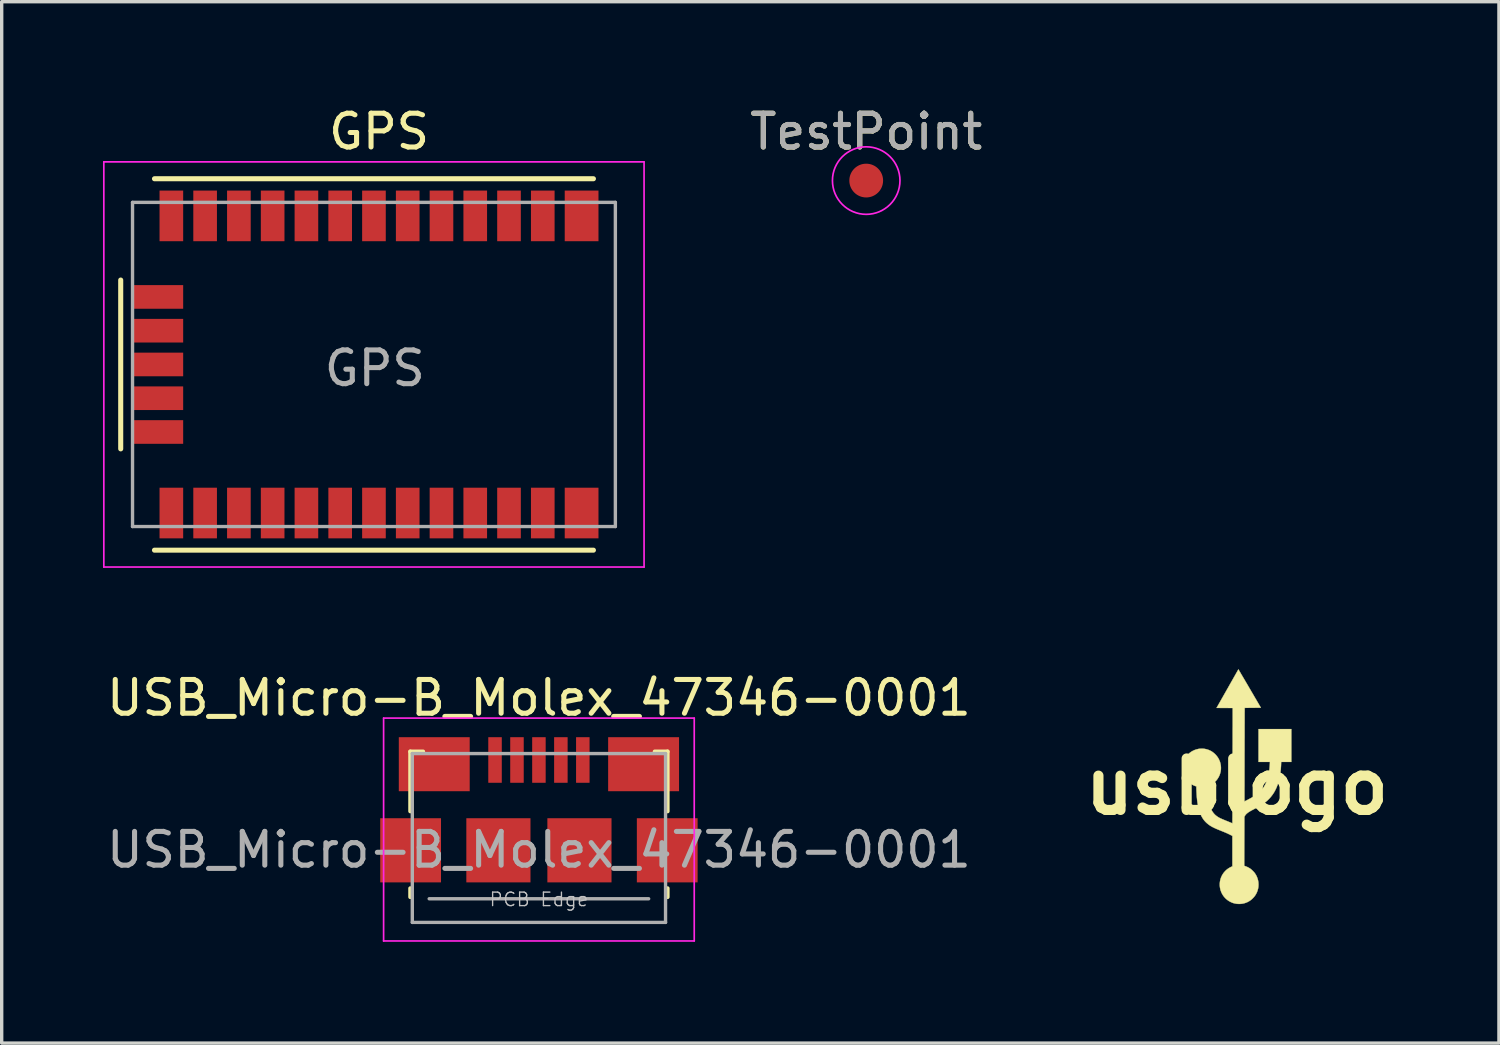
<source format=kicad_pcb>
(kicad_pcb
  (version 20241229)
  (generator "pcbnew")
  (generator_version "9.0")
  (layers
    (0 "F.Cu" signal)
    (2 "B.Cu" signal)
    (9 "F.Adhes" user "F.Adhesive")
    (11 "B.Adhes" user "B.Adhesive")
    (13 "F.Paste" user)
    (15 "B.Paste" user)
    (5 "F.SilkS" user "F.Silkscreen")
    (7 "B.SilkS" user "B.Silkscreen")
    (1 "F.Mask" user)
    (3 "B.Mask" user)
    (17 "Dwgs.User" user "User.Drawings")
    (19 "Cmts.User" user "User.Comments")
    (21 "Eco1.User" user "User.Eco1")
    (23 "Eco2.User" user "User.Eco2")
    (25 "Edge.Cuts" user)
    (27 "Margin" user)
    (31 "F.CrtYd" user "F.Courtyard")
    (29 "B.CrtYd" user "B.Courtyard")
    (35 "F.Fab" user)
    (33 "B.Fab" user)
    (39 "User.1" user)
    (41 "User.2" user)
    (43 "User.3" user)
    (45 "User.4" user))
  (footprint "USB_Micro-B_Molex_47346-0001"
    (layer "F.Cu")
    (at 12.911 20.918)
    (property "Reference" "USB_Micro-B_Molex_47346-0001" (at 0 -3.3 180) (layer "F.SilkS") (effects (font (size 1 1) (thickness 0.15))))
    (attr smd)
    (fp_line (start -3.81 -1.71) (end -3.43 -1.71) (stroke (width 0.12) (type solid)) (layer "F.SilkS"))
    (fp_line (start -3.81 0.06) (end -3.81 -1.71) (stroke (width 0.12) (type solid)) (layer "F.SilkS"))
    (fp_line (start -3.81 2.6) (end -3.81 2.34) (stroke (width 0.12) (type solid)) (layer "F.SilkS"))
    (fp_line (start 3.81 -1.71) (end 3.43 -1.71) (stroke (width 0.12) (type solid)) (layer "F.SilkS"))
    (fp_line (start 3.81 -1.71) (end 3.81 0.06) (stroke (width 0.12) (type solid)) (layer "F.SilkS"))
    (fp_line (start 3.81 2.34) (end 3.81 2.6) (stroke (width 0.12) (type solid)) (layer "F.SilkS"))
    (fp_line (start -4.6 -2.7) (end 4.6 -2.7) (stroke (width 0.05) (type solid)) (layer "F.CrtYd"))
    (fp_line (start -4.6 3.9) (end -4.6 -2.7) (stroke (width 0.05) (type solid)) (layer "F.CrtYd"))
    (fp_line (start 4.6 -2.7) (end 4.6 3.9) (stroke (width 0.05) (type solid)) (layer "F.CrtYd"))
    (fp_line (start 4.6 3.9) (end -4.6 3.9) (stroke (width 0.05) (type solid)) (layer "F.CrtYd"))
    (fp_line (start -3.75 -1.65) (end 3.75 -1.65) (stroke (width 0.1) (type solid)) (layer "F.Fab"))
    (fp_line (start -3.75 3.35) (end -3.75 -1.65) (stroke (width 0.1) (type solid)) (layer "F.Fab"))
    (fp_line (start -3.25 2.65) (end 3.25 2.65) (stroke (width 0.1) (type solid)) (layer "F.Fab"))
    (fp_line (start 3.75 -1.65) (end 3.75 3.35) (stroke (width 0.1) (type solid)) (layer "F.Fab"))
    (fp_line (start 3.75 3.35) (end -3.75 3.35) (stroke (width 0.1) (type solid)) (layer "F.Fab"))
    (fp_text user "PCB Edge" (at 0 2.67 180) (layer "Dwgs.User") (effects (font (size 0.4 0.4) (thickness 0.04))))
    (fp_text user "${REFERENCE}" (at 0 1.2 0) (layer "F.Fab") (effects (font (size 1 1) (thickness 0.15))))
    (pad "1" smd rect (at -1.3 -1.46) (size 0.4 1.35) (layers "F.Cu" "F.Mask" "F.Paste"))
    (pad "2" smd rect (at -0.65 -1.46) (size 0.4 1.35) (layers "F.Cu" "F.Mask" "F.Paste"))
    (pad "3" smd rect (at 0 -1.46) (size 0.4 1.35) (layers "F.Cu" "F.Mask" "F.Paste"))
    (pad "4" smd rect (at 0.65 -1.46) (size 0.4 1.35) (layers "F.Cu" "F.Mask" "F.Paste"))
    (pad "5" smd rect (at 1.3 -1.46) (size 0.4 1.35) (layers "F.Cu" "F.Mask" "F.Paste"))
    (pad "6" smd rect (at -3.8 1.215) (size 1.8 1.9) (layers "F.Cu" "F.Mask" "F.Paste"))
    (pad "6" smd rect (at -3.1 -1.335) (size 2.1 1.6) (layers "F.Cu" "F.Mask" "F.Paste"))
    (pad "6" smd rect (at -1.2 1.215) (size 1.9 1.9) (layers "F.Cu" "F.Mask" "F.Paste"))
    (pad "6" smd rect (at 1.2 1.215) (size 1.9 1.9) (layers "F.Cu" "F.Mask" "F.Paste"))
    (pad "6" smd rect (at 3.1 -1.335) (size 2.1 1.6) (layers "F.Cu" "F.Mask" "F.Paste"))
    (pad "6" smd rect (at 3.8 1.215) (size 1.8 1.9) (layers "F.Cu" "F.Mask" "F.Paste")))
  (footprint "GPS"
    (layer "F.Cu")
    (at 8.025 7.744)
    (property "Reference" "GPS" (at 0.152 -6.896 0) (layer "F.SilkS") (effects (font (size 1 1) (thickness 0.15))))
    (attr smd)
    (fp_line (start -7.5 -2.5) (end -7.5 2.5) (stroke (width 0.15) (type solid)) (layer "F.SilkS"))
    (fp_line (start -6.5 -5.5) (end 6.5 -5.5) (stroke (width 0.15) (type solid)) (layer "F.SilkS"))
    (fp_line (start -6.5 5.5) (end 6.5 5.5) (stroke (width 0.15) (type solid)) (layer "F.SilkS"))
    (fp_line (start -8 -6) (end -8 6) (stroke (width 0.05) (type solid)) (layer "F.CrtYd"))
    (fp_line (start -8 -6) (end 8 -6) (stroke (width 0.05) (type solid)) (layer "F.CrtYd"))
    (fp_line (start -8 6) (end 8 6) (stroke (width 0.05) (type solid)) (layer "F.CrtYd"))
    (fp_line (start 8 -6) (end 8 6) (stroke (width 0.05) (type solid)) (layer "F.CrtYd"))
    (fp_line (start -7.15 4.8) (end -7.15 -4.8) (stroke (width 0.1) (type solid)) (layer "F.Fab"))
    (fp_line (start -7.15 4.8) (end 7.15 4.8) (stroke (width 0.1) (type solid)) (layer "F.Fab"))
    (fp_line (start 7.15 -4.8) (end -7.15 -4.8) (stroke (width 0.1) (type solid)) (layer "F.Fab"))
    (fp_line (start 7.15 4.8) (end 7.15 -4.8) (stroke (width 0.1) (type solid)) (layer "F.Fab"))
    (fp_text user "${REFERENCE}" (at 0.025 0.114 180) (layer "F.Fab") (effects (font (size 1 1) (thickness 0.15))))
    (pad "1" smd rect (at -6 4.4) (size 0.7 1.5) (layers "F.Cu" "F.Mask" "F.Paste"))
    (pad "2" smd rect (at -5 4.4) (size 0.7 1.5) (layers "F.Cu" "F.Mask" "F.Paste"))
    (pad "3" smd rect (at -4 4.4) (size 0.7 1.5) (layers "F.Cu" "F.Mask" "F.Paste"))
    (pad "4" smd rect (at -3 4.4) (size 0.7 1.5) (layers "F.Cu" "F.Mask" "F.Paste"))
    (pad "5" smd rect (at -2 4.4) (size 0.7 1.5) (layers "F.Cu" "F.Mask" "F.Paste"))
    (pad "6" smd rect (at -1 4.4) (size 0.7 1.5) (layers "F.Cu" "F.Mask" "F.Paste"))
    (pad "7" smd rect (at 0 4.4) (size 0.7 1.5) (layers "F.Cu" "F.Mask" "F.Paste"))
    (pad "8" smd rect (at 1 4.4) (size 0.7 1.5) (layers "F.Cu" "F.Mask" "F.Paste"))
    (pad "9" smd rect (at 2 4.4) (size 0.7 1.5) (layers "F.Cu" "F.Mask" "F.Paste"))
    (pad "10" smd rect (at 3 4.4) (size 0.7 1.5) (layers "F.Cu" "F.Mask" "F.Paste"))
    (pad "11" smd rect (at 4 4.4) (size 0.7 1.5) (layers "F.Cu" "F.Mask" "F.Paste"))
    (pad "12" smd rect (at 5 4.4) (size 0.7 1.5) (layers "F.Cu" "F.Mask" "F.Paste"))
    (pad "13" smd rect (at 6.15 4.4) (size 1 1.5) (layers "F.Cu" "F.Mask" "F.Paste"))
    (pad "14" smd rect (at 6.15 -4.4) (size 1 1.5) (layers "F.Cu" "F.Mask" "F.Paste"))
    (pad "15" smd rect (at 5 -4.4) (size 0.7 1.5) (layers "F.Cu" "F.Mask" "F.Paste"))
    (pad "16" smd rect (at 4 -4.4) (size 0.7 1.5) (layers "F.Cu" "F.Mask" "F.Paste"))
    (pad "17" smd rect (at 3 -4.4) (size 0.7 1.5) (layers "F.Cu" "F.Mask" "F.Paste"))
    (pad "18" smd rect (at 2 -4.4) (size 0.7 1.5) (layers "F.Cu" "F.Mask" "F.Paste"))
    (pad "19" smd rect (at 1 -4.4) (size 0.7 1.5) (layers "F.Cu" "F.Mask" "F.Paste"))
    (pad "20" smd rect (at 0 -4.4) (size 0.7 1.5) (layers "F.Cu" "F.Mask" "F.Paste"))
    (pad "21" smd rect (at -1 -4.4) (size 0.7 1.5) (layers "F.Cu" "F.Mask" "F.Paste"))
    (pad "22" smd rect (at -2 -4.4) (size 0.7 1.5) (layers "F.Cu" "F.Mask" "F.Paste"))
    (pad "23" smd rect (at -3 -4.4) (size 0.7 1.5) (layers "F.Cu" "F.Mask" "F.Paste"))
    (pad "24" smd rect (at -4 -4.4) (size 0.7 1.5) (layers "F.Cu" "F.Mask" "F.Paste"))
    (pad "25" smd rect (at -5 -4.4) (size 0.7 1.5) (layers "F.Cu" "F.Mask" "F.Paste"))
    (pad "26" smd rect (at -6 -4.4) (size 0.7 1.5) (layers "F.Cu" "F.Mask" "F.Paste"))
    (pad "27" smd rect (at -6.4 -2) (size 1.5 0.7) (layers "F.Cu" "F.Mask" "F.Paste"))
    (pad "28" smd rect (at -6.4 -1) (size 1.5 0.7) (layers "F.Cu" "F.Mask" "F.Paste"))
    (pad "29" smd rect (at -6.4 0) (size 1.5 0.7) (layers "F.Cu" "F.Mask" "F.Paste"))
    (pad "30" smd rect (at -6.4 1) (size 1.5 0.7) (layers "F.Cu" "F.Mask" "F.Paste"))
    (pad "31" smd rect (at -6.4 2) (size 1.5 0.7) (layers "F.Cu" "F.Mask" "F.Paste")))
  (footprint "usblogo"
    (layer "F.Cu")
    (at 33.582 20.248)
    (property "Reference" "usblogo" (at 0 0 0) (layer "F.SilkS") (effects (font (size 1.524 1.524) (thickness 0.3))))
    (attr through_hole)
    (fp_poly (pts (xy 0.054 -3.459) (xy 0.057 -3.454) (xy 0.062 -3.445) (xy 0.071 -3.431) (xy 0.082 -3.411) (xy 0.096 -3.388) (xy 0.112 -3.36) (xy 0.13 -3.329) (xy 0.151 -3.294) (xy 0.173 -3.255) (xy 0.198 -3.214) (xy 0.224 -3.17) (xy 0.251 -3.123) (xy 0.28 -3.074) (xy 0.31 -3.023) (xy 0.341 -2.97) (xy 0.372 -2.916) (xy 0.387 -2.891) (xy 0.71 -2.338) (xy 0.471 -2.336) (xy 0.432 -2.336) (xy 0.396 -2.335) (xy 0.361 -2.335) (xy 0.33 -2.334) (xy 0.302 -2.334) (xy 0.278 -2.334) (xy 0.258 -2.333) (xy 0.243 -2.333) (xy 0.234 -2.333) (xy 0.23 -2.333) (xy 0.23 -2.333) (xy 0.23 -2.33) (xy 0.23 -2.32) (xy 0.23 -2.305) (xy 0.23 -2.284) (xy 0.23 -2.258) (xy 0.23 -2.227) (xy 0.229 -2.191) (xy 0.229 -2.15) (xy 0.229 -2.105) (xy 0.229 -2.056) (xy 0.229 -2.003) (xy 0.229 -1.946) (xy 0.229 -1.886) (xy 0.228 -1.823) (xy 0.228 -1.757) (xy 0.228 -1.688) (xy 0.228 -1.617) (xy 0.228 -1.544) (xy 0.228 -1.469) (xy 0.227 -1.393) (xy 0.227 -1.314) (xy 0.227 -1.235) (xy 0.227 -1.155) (xy 0.227 -1.075) (xy 0.226 -0.993) (xy 0.226 -0.912) (xy 0.226 -0.831) (xy 0.226 -0.75) (xy 0.226 -0.67) (xy 0.226 -0.591) (xy 0.225 -0.513) (xy 0.225 -0.436) (xy 0.225 -0.361) (xy 0.225 -0.287) (xy 0.225 -0.216) (xy 0.225 -0.147) (xy 0.225 -0.08) (xy 0.225 -0.017) (xy 0.224 0.044) (xy 0.224 0.101) (xy 0.224 0.154) (xy 0.224 0.204) (xy 0.224 0.249) (xy 0.224 0.291) (xy 0.224 0.327) (xy 0.224 0.359) (xy 0.224 0.386) (xy 0.224 0.408) (xy 0.224 0.424) (xy 0.224 0.434) (xy 0.224 0.438) (xy 0.224 0.438) (xy 0.227 0.437) (xy 0.235 0.433) (xy 0.247 0.427) (xy 0.263 0.418) (xy 0.282 0.409) (xy 0.304 0.398) (xy 0.327 0.385) (xy 0.351 0.373) (xy 0.376 0.359) (xy 0.401 0.346) (xy 0.414 0.339) (xy 0.477 0.304) (xy 0.533 0.269) (xy 0.584 0.234) (xy 0.63 0.198) (xy 0.671 0.161) (xy 0.697 0.136) (xy 0.741 0.086) (xy 0.782 0.032) (xy 0.818 -0.026) (xy 0.851 -0.087) (xy 0.879 -0.153) (xy 0.904 -0.223) (xy 0.926 -0.297) (xy 0.943 -0.377) (xy 0.957 -0.461) (xy 0.968 -0.549) (xy 0.975 -0.643) (xy 0.977 -0.68) (xy 0.979 -0.733) (xy 0.641 -0.733) (xy 0.641 -1.705) (xy 1.613 -1.705) (xy 1.613 -0.733) (xy 1.311 -0.733) (xy 1.311 -0.718) (xy 1.311 -0.705) (xy 1.31 -0.686) (xy 1.309 -0.663) (xy 1.308 -0.638) (xy 1.307 -0.612) (xy 1.305 -0.585) (xy 1.303 -0.56) (xy 1.302 -0.536) (xy 1.3 -0.517) (xy 1.3 -0.516) (xy 1.289 -0.413) (xy 1.273 -0.315) (xy 1.254 -0.222) (xy 1.231 -0.134) (xy 1.204 -0.05) (xy 1.173 0.029) (xy 1.137 0.104) (xy 1.098 0.175) (xy 1.054 0.241) (xy 1.006 0.303) (xy 0.954 0.361) (xy 0.897 0.416) (xy 0.854 0.452) (xy 0.826 0.474) (xy 0.798 0.495) (xy 0.769 0.515) (xy 0.738 0.535) (xy 0.706 0.556) (xy 0.67 0.577) (xy 0.631 0.599) (xy 0.587 0.623) (xy 0.539 0.649) (xy 0.514 0.662) (xy 0.483 0.678) (xy 0.457 0.692) (xy 0.434 0.704) (xy 0.416 0.714) (xy 0.4 0.723) (xy 0.387 0.731) (xy 0.375 0.738) (xy 0.363 0.745) (xy 0.352 0.752) (xy 0.349 0.754) (xy 0.313 0.781) (xy 0.282 0.807) (xy 0.258 0.834) (xy 0.239 0.861) (xy 0.232 0.874) (xy 0.222 0.894) (xy 0.22 1.619) (xy 0.218 2.345) (xy 0.251 2.356) (xy 0.276 2.365) (xy 0.304 2.377) (xy 0.333 2.391) (xy 0.361 2.407) (xy 0.387 2.422) (xy 0.4 2.431) (xy 0.419 2.445) (xy 0.439 2.464) (xy 0.461 2.484) (xy 0.483 2.506) (xy 0.504 2.528) (xy 0.522 2.549) (xy 0.534 2.565) (xy 0.566 2.615) (xy 0.592 2.668) (xy 0.613 2.724) (xy 0.628 2.781) (xy 0.637 2.839) (xy 0.64 2.898) (xy 0.637 2.957) (xy 0.629 3.016) (xy 0.628 3.017) (xy 0.613 3.074) (xy 0.593 3.129) (xy 0.567 3.181) (xy 0.536 3.23) (xy 0.5 3.275) (xy 0.46 3.317) (xy 0.417 3.355) (xy 0.369 3.388) (xy 0.318 3.416) (xy 0.265 3.439) (xy 0.208 3.456) (xy 0.195 3.459) (xy 0.153 3.467) (xy 0.107 3.472) (xy 0.061 3.473) (xy 0.015 3.471) (xy -0.013 3.468) (xy -0.071 3.457) (xy -0.127 3.441) (xy -0.18 3.418) (xy -0.231 3.391) (xy -0.278 3.359) (xy -0.323 3.322) (xy -0.363 3.281) (xy -0.399 3.237) (xy -0.43 3.188) (xy -0.457 3.137) (xy -0.478 3.082) (xy -0.489 3.046) (xy -0.501 2.986) (xy -0.507 2.928) (xy -0.507 2.869) (xy -0.501 2.812) (xy -0.49 2.756) (xy -0.473 2.701) (xy -0.451 2.649) (xy -0.424 2.599) (xy -0.392 2.552) (xy -0.355 2.509) (xy -0.314 2.468) (xy -0.268 2.432) (xy -0.218 2.4) (xy -0.164 2.373) (xy -0.153 2.368) (xy -0.133 2.36) (xy -0.133 1.458) (xy -0.196 1.426) (xy -0.218 1.415) (xy -0.238 1.406) (xy -0.257 1.396) (xy -0.276 1.387) (xy -0.296 1.378) (xy -0.318 1.369) (xy -0.342 1.358) (xy -0.369 1.347) (xy -0.4 1.334) (xy -0.436 1.32) (xy -0.465 1.308) (xy -0.514 1.288) (xy -0.558 1.27) (xy -0.597 1.254) (xy -0.631 1.239) (xy -0.662 1.225) (xy -0.69 1.211) (xy -0.715 1.199) (xy -0.739 1.186) (xy -0.761 1.173) (xy -0.782 1.161) (xy -0.802 1.148) (xy -0.85 1.113) (xy -0.895 1.076) (xy -0.936 1.036) (xy -0.974 0.992) (xy -1.008 0.944) (xy -1.039 0.893) (xy -1.067 0.837) (xy -1.092 0.777) (xy -1.114 0.712) (xy -1.134 0.643) (xy -1.15 0.568) (xy -1.165 0.488) (xy -1.177 0.402) (xy -1.178 0.391) (xy -1.181 0.36) (xy -1.185 0.323) (xy -1.188 0.282) (xy -1.191 0.239) (xy -1.193 0.194) (xy -1.196 0.149) (xy -1.198 0.106) (xy -1.199 0.065) (xy -1.2 0.028) (xy -1.2 0.006) (xy -1.2 -0.008) (xy -1.228 -0.017) (xy -1.279 -0.037) (xy -1.329 -0.062) (xy -1.376 -0.093) (xy -1.42 -0.129) (xy -1.46 -0.169) (xy -1.496 -0.212) (xy -1.529 -0.26) (xy -1.556 -0.31) (xy -1.578 -0.362) (xy -1.582 -0.375) (xy -1.598 -0.432) (xy -1.608 -0.49) (xy -1.612 -0.549) (xy -1.609 -0.607) (xy -1.601 -0.664) (xy -1.587 -0.721) (xy -1.567 -0.776) (xy -1.542 -0.828) (xy -1.511 -0.879) (xy -1.482 -0.916) (xy -1.469 -0.932) (xy -1.452 -0.95) (xy -1.433 -0.968) (xy -1.415 -0.986) (xy -1.398 -1) (xy -1.395 -1.002) (xy -1.35 -1.035) (xy -1.3 -1.063) (xy -1.247 -1.087) (xy -1.192 -1.105) (xy -1.136 -1.118) (xy -1.118 -1.121) (xy -1.098 -1.123) (xy -1.074 -1.124) (xy -1.048 -1.125) (xy -1.021 -1.125) (xy -0.995 -1.124) (xy -0.973 -1.122) (xy -0.965 -1.121) (xy -0.907 -1.11) (xy -0.851 -1.093) (xy -0.798 -1.071) (xy -0.747 -1.044) (xy -0.7 -1.011) (xy -0.656 -0.974) (xy -0.616 -0.933) (xy -0.58 -0.888) (xy -0.548 -0.84) (xy -0.522 -0.788) (xy -0.5 -0.733) (xy -0.485 -0.676) (xy -0.476 -0.623) (xy -0.472 -0.568) (xy -0.473 -0.512) (xy -0.48 -0.457) (xy -0.483 -0.441) (xy -0.498 -0.384) (xy -0.518 -0.329) (xy -0.544 -0.277) (xy -0.575 -0.228) (xy -0.61 -0.182) (xy -0.651 -0.14) (xy -0.695 -0.103) (xy -0.743 -0.07) (xy -0.795 -0.041) (xy -0.836 -0.023) (xy -0.868 -0.011) (xy -0.866 0.062) (xy -0.862 0.15) (xy -0.857 0.233) (xy -0.849 0.31) (xy -0.84 0.382) (xy -0.829 0.449) (xy -0.816 0.51) (xy -0.8 0.567) (xy -0.783 0.619) (xy -0.763 0.667) (xy -0.74 0.711) (xy -0.715 0.752) (xy -0.687 0.788) (xy -0.657 0.822) (xy -0.624 0.852) (xy -0.588 0.879) (xy -0.584 0.882) (xy -0.568 0.893) (xy -0.551 0.904) (xy -0.534 0.914) (xy -0.516 0.924) (xy -0.496 0.934) (xy -0.473 0.945) (xy -0.447 0.956) (xy -0.418 0.969) (xy -0.384 0.983) (xy -0.345 0.999) (xy -0.319 1.01) (xy -0.292 1.021) (xy -0.265 1.031) (xy -0.24 1.042) (xy -0.217 1.051) (xy -0.197 1.06) (xy -0.181 1.066) (xy -0.172 1.07) (xy -0.157 1.076) (xy -0.145 1.081) (xy -0.137 1.084) (xy -0.132 1.086) (xy -0.132 1.086) (xy -0.132 1.082) (xy -0.132 1.073) (xy -0.132 1.058) (xy -0.132 1.037) (xy -0.132 1.011) (xy -0.132 0.979) (xy -0.132 0.943) (xy -0.131 0.901) (xy -0.131 0.855) (xy -0.131 0.805) (xy -0.131 0.751) (xy -0.131 0.693) (xy -0.13 0.631) (xy -0.13 0.566) (xy -0.13 0.498) (xy -0.13 0.427) (xy -0.13 0.353) (xy -0.129 0.277) (xy -0.129 0.198) (xy -0.129 0.117) (xy -0.129 0.035) (xy -0.129 -0.049) (xy -0.128 -0.135) (xy -0.128 -0.221) (xy -0.128 -0.309) (xy -0.128 -0.397) (xy -0.127 -0.485) (xy -0.127 -0.574) (xy -0.127 -0.663) (xy -0.127 -0.751) (xy -0.127 -0.84) (xy -0.126 -0.927) (xy -0.126 -1.013) (xy -0.126 -1.099) (xy -0.126 -1.182) (xy -0.125 -1.265) (xy -0.125 -1.345) (xy -0.125 -1.424) (xy -0.125 -1.5) (xy -0.125 -1.573) (xy -0.125 -1.644) (xy -0.125 -1.712) (xy -0.124 -1.777) (xy -0.124 -1.838) (xy -0.124 -1.896) (xy -0.124 -1.95) (xy -0.124 -1.999) (xy -0.124 -2.045) (xy -0.124 -2.086) (xy -0.124 -2.122) (xy -0.124 -2.153) (xy -0.124 -2.178) (xy -0.124 -2.196) (xy -0.124 -2.33) (xy -0.363 -2.331) (xy -0.602 -2.332) (xy -0.278 -2.903) (xy 0.045 -3.474) (xy 0.054 -3.459)) (stroke (width 0.01) (type solid)) (fill yes) (layer "F.SilkS")))
  (footprint "TestPoint"
    (layer "F.Cu")
    (at 22.604 2.298)
    (property "Reference" "TestPoint" (at 0 -1.448 0) (layer "F.SilkS") (effects (font (size 1 1) (thickness 0.15))))
    (attr exclude_from_pos_files exclude_from_bom)
    (fp_circle (center 0 0) (end 1 0) (stroke (width 0.05) (type solid)) (fill no) (layer "F.CrtYd"))
    (fp_text user "${REFERENCE}" (at 0 -1.45 0) (layer "F.Fab") (effects (font (size 1 1) (thickness 0.15))))
    (pad "1" smd circle (at 0 0) (size 1 1) (layers "F.Cu" "F.Mask")))
  (gr_rect
    (start -3 -3)
    (end 41.343 27.843)
    (stroke (width 0.1) (type default))
    (fill no)
    (layer "Edge.Cuts")))
</source>
